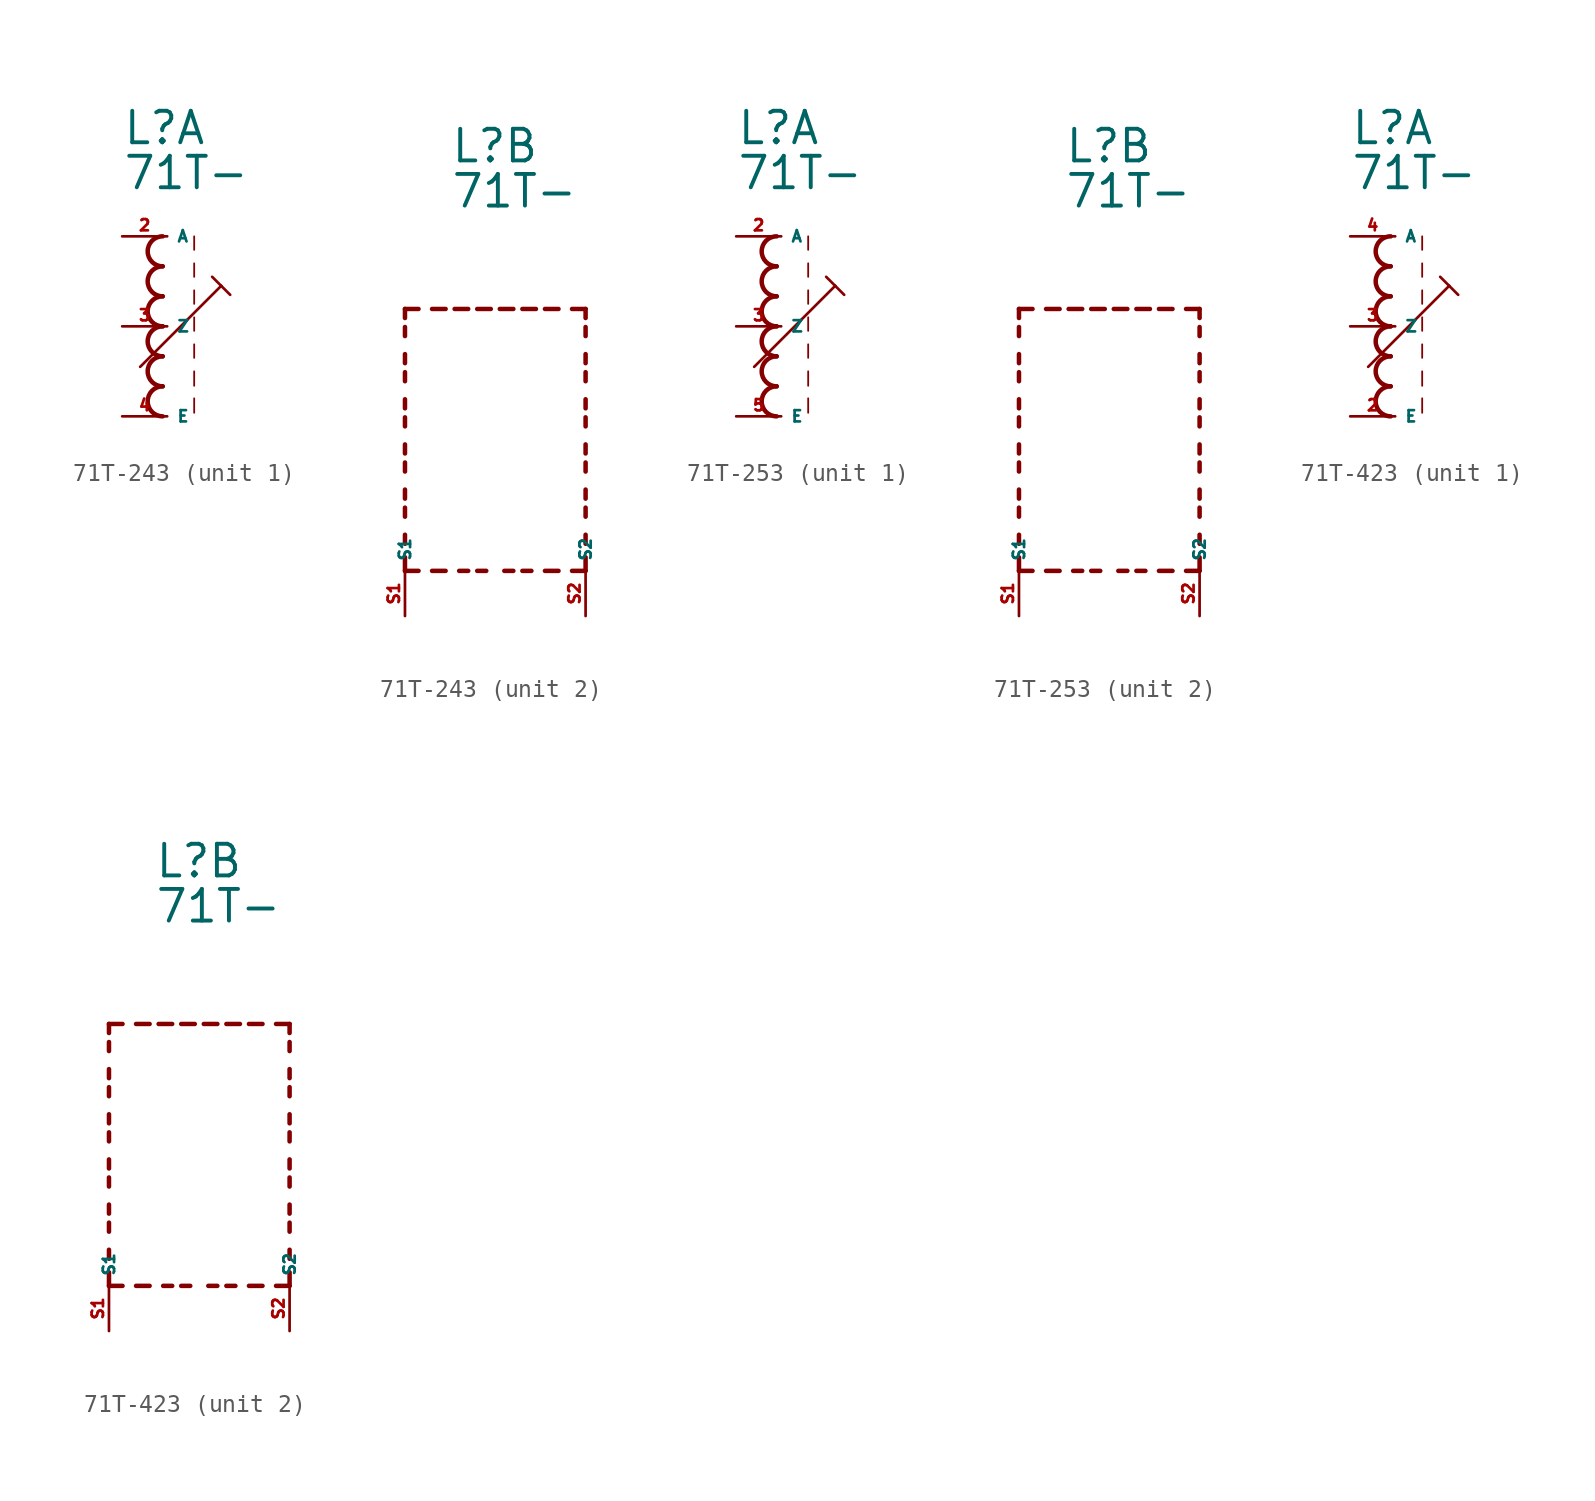
<source format=kicad_sym>
(kicad_symbol_lib
  (version 20220914)
  (generator kicad_symbol_editor)
  (symbol "71T-243"
    (property "Reference" "L"
      (at -2.54 10.16 0)
      (effects (font (size 1.778 1.778) (thickness 0.22)) (justify left bottom)))
    (property "Value" "71T-"
      (at -2.54 7.62 0)
      (effects (font (size 1.778 1.778) (thickness 0.22)) (justify left bottom)))
    (symbol "71T-243_1_0"
      (arc (start -0.254 -3.3866) (mid -1.1004 -4.2333) (end -0.254 -5.08) (stroke (width 0.254) (type default)) (fill (type none)))
      (arc (start -0.254 -1.6932) (mid -1.1004 -2.5399) (end -0.254 -3.3866) (stroke (width 0.254) (type default)) (fill (type none)))
      (arc (start -0.254 0) (mid -1.1004 -0.8467) (end -0.254 -1.6934) (stroke (width 0.254) (type default)) (fill (type none)))
      (arc (start -0.254 1.6934) (mid -1.1004 0.8467) (end -0.254 0) (stroke (width 0.254) (type default)) (fill (type none)))
      (arc (start -0.254 3.3866) (mid -1.1002 2.54) (end -0.254 1.6934) (stroke (width 0.254) (type default)) (fill (type none)))
      (arc (start -0.254 5.08) (mid -1.1004 4.2333) (end -0.254 3.3866) (stroke (width 0.254) (type default)) (fill (type none)))
      (polyline (pts (xy -1.524 -2.286) (xy 3.048 2.286)) (stroke (width 0.152) (type default)) (fill (type none)))
      (polyline (pts (xy 1.524 -4.064) (xy 1.524 -4.88)) (stroke (width 0.102) (type default)) (fill (type none)))
      (polyline (pts (xy 1.524 -2.54) (xy 1.524 -3.356)) (stroke (width 0.102) (type default)) (fill (type none)))
      (polyline (pts (xy 1.524 -1.016) (xy 1.524 -1.778)) (stroke (width 0.102) (type default)) (fill (type none)))
      (polyline (pts (xy 1.524 0.508) (xy 1.524 -0.254)) (stroke (width 0.102) (type default)) (fill (type none)))
      (polyline (pts (xy 1.524 2.032) (xy 1.524 1.27)) (stroke (width 0.102) (type default)) (fill (type none)))
      (polyline (pts (xy 1.524 3.556) (xy 1.524 2.794)) (stroke (width 0.102) (type default)) (fill (type none)))
      (polyline (pts (xy 1.524 5.08) (xy 1.524 4.318)) (stroke (width 0.102) (type default)) (fill (type none)))
      (polyline (pts (xy 2.54 2.794) (xy 3.048 2.286)) (stroke (width 0.152) (type default)) (fill (type none)))
      (polyline (pts (xy 3.048 2.286) (xy 3.556 1.778)) (stroke (width 0.152) (type default)) (fill (type none)))
      (pin passive line (at -2.54 5.08 0) (length 2.54) (name "A" (effects (font (size 0.635 0.635)))) (number "2" (effects (font (size 0.635 0.635)))))
      (pin passive line (at -2.54 0 0) (length 2.54) (name "Z" (effects (font (size 0.635 0.635)))) (number "3" (effects (font (size 0.635 0.635)))))
      (pin passive line (at -2.54 -5.08 0) (length 2.54) (name "E" (effects (font (size 0.635 0.635)))) (number "4" (effects (font (size 0.635 0.635))))))
    (symbol "71T-243_2_0"
      (polyline (pts (xy -5.08 -12.7) (xy -5.08 -11.938)) (stroke (width 0.254) (type default)) (fill (type none)))
      (polyline (pts (xy -5.08 -12.7) (xy -4.318 -12.7)) (stroke (width 0.254) (type default)) (fill (type none)))
      (polyline (pts (xy -5.08 -11.176) (xy -5.08 -10.668)) (stroke (width 0.254) (type default)) (fill (type none)))
      (polyline (pts (xy -5.08 -9.652) (xy -5.08 -9.144)) (stroke (width 0.254) (type default)) (fill (type none)))
      (polyline (pts (xy -5.08 -8.636) (xy -5.08 -8.128)) (stroke (width 0.254) (type default)) (fill (type none)))
      (polyline (pts (xy -5.08 -7.112) (xy -5.08 -6.604)) (stroke (width 0.254) (type default)) (fill (type none)))
      (polyline (pts (xy -5.08 -6.096) (xy -5.08 -5.588)) (stroke (width 0.254) (type default)) (fill (type none)))
      (polyline (pts (xy -5.08 -4.572) (xy -5.08 -4.064)) (stroke (width 0.254) (type default)) (fill (type none)))
      (polyline (pts (xy -5.08 -3.556) (xy -5.08 -3.048)) (stroke (width 0.254) (type default)) (fill (type none)))
      (polyline (pts (xy -5.08 -2.032) (xy -5.08 -1.524)) (stroke (width 0.254) (type default)) (fill (type none)))
      (polyline (pts (xy -5.08 -1.016) (xy -5.08 -0.508)) (stroke (width 0.254) (type default)) (fill (type none)))
      (polyline (pts (xy -5.08 0.508) (xy -5.08 1.016)) (stroke (width 0.254) (type default)) (fill (type none)))
      (polyline (pts (xy -5.08 1.524) (xy -5.08 2.032)) (stroke (width 0.254) (type default)) (fill (type none)))
      (polyline (pts (xy -5.08 2.032) (xy -4.318 2.032)) (stroke (width 0.254) (type default)) (fill (type none)))
      (polyline (pts (xy -3.556 -12.7) (xy -2.794 -12.7)) (stroke (width 0.254) (type default)) (fill (type none)))
      (polyline (pts (xy -3.556 2.032) (xy -2.794 2.032)) (stroke (width 0.254) (type default)) (fill (type none)))
      (polyline (pts (xy -1.524 -12.7) (xy -2.032 -12.7)) (stroke (width 0.254) (type default)) (fill (type none)))
      (polyline (pts (xy -1.524 2.032) (xy -2.286 2.032)) (stroke (width 0.254) (type default)) (fill (type none)))
      (polyline (pts (xy -1.016 2.032) (xy -0.254 2.032)) (stroke (width 0.254) (type default)) (fill (type none)))
      (polyline (pts (xy -0.508 -12.7) (xy -1.016 -12.7)) (stroke (width 0.254) (type default)) (fill (type none)))
      (polyline (pts (xy 1.016 -12.7) (xy 0.508 -12.7)) (stroke (width 0.254) (type default)) (fill (type none)))
      (polyline (pts (xy 1.016 2.032) (xy 0.254 2.032)) (stroke (width 0.254) (type default)) (fill (type none)))
      (polyline (pts (xy 1.524 2.032) (xy 2.286 2.032)) (stroke (width 0.254) (type default)) (fill (type none)))
      (polyline (pts (xy 2.032 -12.7) (xy 1.524 -12.7)) (stroke (width 0.254) (type default)) (fill (type none)))
      (polyline (pts (xy 3.556 -12.7) (xy 2.794 -12.7)) (stroke (width 0.254) (type default)) (fill (type none)))
      (polyline (pts (xy 3.556 2.032) (xy 2.794 2.032)) (stroke (width 0.254) (type default)) (fill (type none)))
      (polyline (pts (xy 5.08 -12.7) (xy 4.318 -12.7)) (stroke (width 0.254) (type default)) (fill (type none)))
      (polyline (pts (xy 5.08 -12.7) (xy 5.08 -11.938)) (stroke (width 0.254) (type default)) (fill (type none)))
      (polyline (pts (xy 5.08 -11.176) (xy 5.08 -10.668)) (stroke (width 0.254) (type default)) (fill (type none)))
      (polyline (pts (xy 5.08 -9.652) (xy 5.08 -9.144)) (stroke (width 0.254) (type default)) (fill (type none)))
      (polyline (pts (xy 5.08 -8.636) (xy 5.08 -8.128)) (stroke (width 0.254) (type default)) (fill (type none)))
      (polyline (pts (xy 5.08 -7.112) (xy 5.08 -6.604)) (stroke (width 0.254) (type default)) (fill (type none)))
      (polyline (pts (xy 5.08 -6.096) (xy 5.08 -5.588)) (stroke (width 0.254) (type default)) (fill (type none)))
      (polyline (pts (xy 5.08 -4.572) (xy 5.08 -4.064)) (stroke (width 0.254) (type default)) (fill (type none)))
      (polyline (pts (xy 5.08 -3.556) (xy 5.08 -3.048)) (stroke (width 0.254) (type default)) (fill (type none)))
      (polyline (pts (xy 5.08 -2.032) (xy 5.08 -1.524)) (stroke (width 0.254) (type default)) (fill (type none)))
      (polyline (pts (xy 5.08 -1.016) (xy 5.08 -0.508)) (stroke (width 0.254) (type default)) (fill (type none)))
      (polyline (pts (xy 5.08 0.508) (xy 5.08 1.016)) (stroke (width 0.254) (type default)) (fill (type none)))
      (polyline (pts (xy 5.08 1.524) (xy 5.08 2.032)) (stroke (width 0.254) (type default)) (fill (type none)))
      (polyline (pts (xy 5.08 2.032) (xy 4.318 2.032)) (stroke (width 0.254) (type default)) (fill (type none)))
      (pin passive line (at -5.08 -15.24 90) (length 2.54) (name "S1" (effects (font (size 0.635 0.635)))) (number "S1" (effects (font (size 0.635 0.635)))))
      (pin passive line (at 5.08 -15.24 90) (length 2.54) (name "S2" (effects (font (size 0.635 0.635)))) (number "S2" (effects (font (size 0.635 0.635)))))))
  (symbol "71T-253"
    (property "Reference" "L"
      (at -2.54 10.16 0)
      (effects (font (size 1.778 1.778) (thickness 0.22)) (justify left bottom)))
    (property "Value" "71T-"
      (at -2.54 7.62 0)
      (effects (font (size 1.778 1.778) (thickness 0.22)) (justify left bottom)))
    (symbol "71T-253_1_0"
      (arc (start -0.254 -3.3866) (mid -1.1004 -4.2333) (end -0.254 -5.08) (stroke (width 0.254) (type default)) (fill (type none)))
      (arc (start -0.254 -1.6932) (mid -1.1004 -2.5399) (end -0.254 -3.3866) (stroke (width 0.254) (type default)) (fill (type none)))
      (arc (start -0.254 0) (mid -1.1004 -0.8467) (end -0.254 -1.6934) (stroke (width 0.254) (type default)) (fill (type none)))
      (arc (start -0.254 1.6934) (mid -1.1004 0.8467) (end -0.254 0) (stroke (width 0.254) (type default)) (fill (type none)))
      (arc (start -0.254 3.3866) (mid -1.1002 2.54) (end -0.254 1.6934) (stroke (width 0.254) (type default)) (fill (type none)))
      (arc (start -0.254 5.08) (mid -1.1004 4.2333) (end -0.254 3.3866) (stroke (width 0.254) (type default)) (fill (type none)))
      (polyline (pts (xy -1.524 -2.286) (xy 3.048 2.286)) (stroke (width 0.152) (type default)) (fill (type none)))
      (polyline (pts (xy 1.524 -4.064) (xy 1.524 -4.88)) (stroke (width 0.102) (type default)) (fill (type none)))
      (polyline (pts (xy 1.524 -2.54) (xy 1.524 -3.356)) (stroke (width 0.102) (type default)) (fill (type none)))
      (polyline (pts (xy 1.524 -1.016) (xy 1.524 -1.778)) (stroke (width 0.102) (type default)) (fill (type none)))
      (polyline (pts (xy 1.524 0.508) (xy 1.524 -0.254)) (stroke (width 0.102) (type default)) (fill (type none)))
      (polyline (pts (xy 1.524 2.032) (xy 1.524 1.27)) (stroke (width 0.102) (type default)) (fill (type none)))
      (polyline (pts (xy 1.524 3.556) (xy 1.524 2.794)) (stroke (width 0.102) (type default)) (fill (type none)))
      (polyline (pts (xy 1.524 5.08) (xy 1.524 4.318)) (stroke (width 0.102) (type default)) (fill (type none)))
      (polyline (pts (xy 2.54 2.794) (xy 3.048 2.286)) (stroke (width 0.152) (type default)) (fill (type none)))
      (polyline (pts (xy 3.048 2.286) (xy 3.556 1.778)) (stroke (width 0.152) (type default)) (fill (type none)))
      (pin passive line (at -2.54 5.08 0) (length 2.54) (name "A" (effects (font (size 0.635 0.635)))) (number "2" (effects (font (size 0.635 0.635)))))
      (pin passive line (at -2.54 0 0) (length 2.54) (name "Z" (effects (font (size 0.635 0.635)))) (number "3" (effects (font (size 0.635 0.635)))))
      (pin passive line (at -2.54 -5.08 0) (length 2.54) (name "E" (effects (font (size 0.635 0.635)))) (number "5" (effects (font (size 0.635 0.635))))))
    (symbol "71T-253_2_0"
      (polyline (pts (xy -5.08 -12.7) (xy -5.08 -11.938)) (stroke (width 0.254) (type default)) (fill (type none)))
      (polyline (pts (xy -5.08 -12.7) (xy -4.318 -12.7)) (stroke (width 0.254) (type default)) (fill (type none)))
      (polyline (pts (xy -5.08 -11.176) (xy -5.08 -10.668)) (stroke (width 0.254) (type default)) (fill (type none)))
      (polyline (pts (xy -5.08 -9.652) (xy -5.08 -9.144)) (stroke (width 0.254) (type default)) (fill (type none)))
      (polyline (pts (xy -5.08 -8.636) (xy -5.08 -8.128)) (stroke (width 0.254) (type default)) (fill (type none)))
      (polyline (pts (xy -5.08 -7.112) (xy -5.08 -6.604)) (stroke (width 0.254) (type default)) (fill (type none)))
      (polyline (pts (xy -5.08 -6.096) (xy -5.08 -5.588)) (stroke (width 0.254) (type default)) (fill (type none)))
      (polyline (pts (xy -5.08 -4.572) (xy -5.08 -4.064)) (stroke (width 0.254) (type default)) (fill (type none)))
      (polyline (pts (xy -5.08 -3.556) (xy -5.08 -3.048)) (stroke (width 0.254) (type default)) (fill (type none)))
      (polyline (pts (xy -5.08 -2.032) (xy -5.08 -1.524)) (stroke (width 0.254) (type default)) (fill (type none)))
      (polyline (pts (xy -5.08 -1.016) (xy -5.08 -0.508)) (stroke (width 0.254) (type default)) (fill (type none)))
      (polyline (pts (xy -5.08 0.508) (xy -5.08 1.016)) (stroke (width 0.254) (type default)) (fill (type none)))
      (polyline (pts (xy -5.08 1.524) (xy -5.08 2.032)) (stroke (width 0.254) (type default)) (fill (type none)))
      (polyline (pts (xy -5.08 2.032) (xy -4.318 2.032)) (stroke (width 0.254) (type default)) (fill (type none)))
      (polyline (pts (xy -3.556 -12.7) (xy -2.794 -12.7)) (stroke (width 0.254) (type default)) (fill (type none)))
      (polyline (pts (xy -3.556 2.032) (xy -2.794 2.032)) (stroke (width 0.254) (type default)) (fill (type none)))
      (polyline (pts (xy -1.524 -12.7) (xy -2.032 -12.7)) (stroke (width 0.254) (type default)) (fill (type none)))
      (polyline (pts (xy -1.524 2.032) (xy -2.286 2.032)) (stroke (width 0.254) (type default)) (fill (type none)))
      (polyline (pts (xy -1.016 2.032) (xy -0.254 2.032)) (stroke (width 0.254) (type default)) (fill (type none)))
      (polyline (pts (xy -0.508 -12.7) (xy -1.016 -12.7)) (stroke (width 0.254) (type default)) (fill (type none)))
      (polyline (pts (xy 1.016 -12.7) (xy 0.508 -12.7)) (stroke (width 0.254) (type default)) (fill (type none)))
      (polyline (pts (xy 1.016 2.032) (xy 0.254 2.032)) (stroke (width 0.254) (type default)) (fill (type none)))
      (polyline (pts (xy 1.524 2.032) (xy 2.286 2.032)) (stroke (width 0.254) (type default)) (fill (type none)))
      (polyline (pts (xy 2.032 -12.7) (xy 1.524 -12.7)) (stroke (width 0.254) (type default)) (fill (type none)))
      (polyline (pts (xy 3.556 -12.7) (xy 2.794 -12.7)) (stroke (width 0.254) (type default)) (fill (type none)))
      (polyline (pts (xy 3.556 2.032) (xy 2.794 2.032)) (stroke (width 0.254) (type default)) (fill (type none)))
      (polyline (pts (xy 5.08 -12.7) (xy 4.318 -12.7)) (stroke (width 0.254) (type default)) (fill (type none)))
      (polyline (pts (xy 5.08 -12.7) (xy 5.08 -11.938)) (stroke (width 0.254) (type default)) (fill (type none)))
      (polyline (pts (xy 5.08 -11.176) (xy 5.08 -10.668)) (stroke (width 0.254) (type default)) (fill (type none)))
      (polyline (pts (xy 5.08 -9.652) (xy 5.08 -9.144)) (stroke (width 0.254) (type default)) (fill (type none)))
      (polyline (pts (xy 5.08 -8.636) (xy 5.08 -8.128)) (stroke (width 0.254) (type default)) (fill (type none)))
      (polyline (pts (xy 5.08 -7.112) (xy 5.08 -6.604)) (stroke (width 0.254) (type default)) (fill (type none)))
      (polyline (pts (xy 5.08 -6.096) (xy 5.08 -5.588)) (stroke (width 0.254) (type default)) (fill (type none)))
      (polyline (pts (xy 5.08 -4.572) (xy 5.08 -4.064)) (stroke (width 0.254) (type default)) (fill (type none)))
      (polyline (pts (xy 5.08 -3.556) (xy 5.08 -3.048)) (stroke (width 0.254) (type default)) (fill (type none)))
      (polyline (pts (xy 5.08 -2.032) (xy 5.08 -1.524)) (stroke (width 0.254) (type default)) (fill (type none)))
      (polyline (pts (xy 5.08 -1.016) (xy 5.08 -0.508)) (stroke (width 0.254) (type default)) (fill (type none)))
      (polyline (pts (xy 5.08 0.508) (xy 5.08 1.016)) (stroke (width 0.254) (type default)) (fill (type none)))
      (polyline (pts (xy 5.08 1.524) (xy 5.08 2.032)) (stroke (width 0.254) (type default)) (fill (type none)))
      (polyline (pts (xy 5.08 2.032) (xy 4.318 2.032)) (stroke (width 0.254) (type default)) (fill (type none)))
      (pin passive line (at -5.08 -15.24 90) (length 2.54) (name "S1" (effects (font (size 0.635 0.635)))) (number "S1" (effects (font (size 0.635 0.635)))))
      (pin passive line (at 5.08 -15.24 90) (length 2.54) (name "S2" (effects (font (size 0.635 0.635)))) (number "S2" (effects (font (size 0.635 0.635)))))))
  (symbol "71T-423"
    (property "Reference" "L"
      (at -2.54 10.16 0)
      (effects (font (size 1.778 1.778) (thickness 0.22)) (justify left bottom)))
    (property "Value" "71T-"
      (at -2.54 7.62 0)
      (effects (font (size 1.778 1.778) (thickness 0.22)) (justify left bottom)))
    (symbol "71T-423_1_0"
      (arc (start -0.254 -3.3866) (mid -1.1004 -4.2333) (end -0.254 -5.08) (stroke (width 0.254) (type default)) (fill (type none)))
      (arc (start -0.254 -1.6932) (mid -1.1004 -2.5399) (end -0.254 -3.3866) (stroke (width 0.254) (type default)) (fill (type none)))
      (arc (start -0.254 0) (mid -1.1004 -0.8467) (end -0.254 -1.6934) (stroke (width 0.254) (type default)) (fill (type none)))
      (arc (start -0.254 1.6934) (mid -1.1004 0.8467) (end -0.254 0) (stroke (width 0.254) (type default)) (fill (type none)))
      (arc (start -0.254 3.3866) (mid -1.1002 2.54) (end -0.254 1.6934) (stroke (width 0.254) (type default)) (fill (type none)))
      (arc (start -0.254 5.08) (mid -1.1004 4.2333) (end -0.254 3.3866) (stroke (width 0.254) (type default)) (fill (type none)))
      (polyline (pts (xy -1.524 -2.286) (xy 3.048 2.286)) (stroke (width 0.152) (type default)) (fill (type none)))
      (polyline (pts (xy 1.524 -4.064) (xy 1.524 -4.88)) (stroke (width 0.102) (type default)) (fill (type none)))
      (polyline (pts (xy 1.524 -2.54) (xy 1.524 -3.356)) (stroke (width 0.102) (type default)) (fill (type none)))
      (polyline (pts (xy 1.524 -1.016) (xy 1.524 -1.778)) (stroke (width 0.102) (type default)) (fill (type none)))
      (polyline (pts (xy 1.524 0.508) (xy 1.524 -0.254)) (stroke (width 0.102) (type default)) (fill (type none)))
      (polyline (pts (xy 1.524 2.032) (xy 1.524 1.27)) (stroke (width 0.102) (type default)) (fill (type none)))
      (polyline (pts (xy 1.524 3.556) (xy 1.524 2.794)) (stroke (width 0.102) (type default)) (fill (type none)))
      (polyline (pts (xy 1.524 5.08) (xy 1.524 4.318)) (stroke (width 0.102) (type default)) (fill (type none)))
      (polyline (pts (xy 2.54 2.794) (xy 3.048 2.286)) (stroke (width 0.152) (type default)) (fill (type none)))
      (polyline (pts (xy 3.048 2.286) (xy 3.556 1.778)) (stroke (width 0.152) (type default)) (fill (type none)))
      (pin passive line (at -2.54 -5.08 0) (length 2.54) (name "E" (effects (font (size 0.635 0.635)))) (number "2" (effects (font (size 0.635 0.635)))))
      (pin passive line (at -2.54 0 0) (length 2.54) (name "Z" (effects (font (size 0.635 0.635)))) (number "3" (effects (font (size 0.635 0.635)))))
      (pin passive line (at -2.54 5.08 0) (length 2.54) (name "A" (effects (font (size 0.635 0.635)))) (number "4" (effects (font (size 0.635 0.635))))))
    (symbol "71T-423_2_0"
      (polyline (pts (xy -5.08 -12.7) (xy -5.08 -11.938)) (stroke (width 0.254) (type default)) (fill (type none)))
      (polyline (pts (xy -5.08 -12.7) (xy -4.318 -12.7)) (stroke (width 0.254) (type default)) (fill (type none)))
      (polyline (pts (xy -5.08 -11.176) (xy -5.08 -10.668)) (stroke (width 0.254) (type default)) (fill (type none)))
      (polyline (pts (xy -5.08 -9.652) (xy -5.08 -9.144)) (stroke (width 0.254) (type default)) (fill (type none)))
      (polyline (pts (xy -5.08 -8.636) (xy -5.08 -8.128)) (stroke (width 0.254) (type default)) (fill (type none)))
      (polyline (pts (xy -5.08 -7.112) (xy -5.08 -6.604)) (stroke (width 0.254) (type default)) (fill (type none)))
      (polyline (pts (xy -5.08 -6.096) (xy -5.08 -5.588)) (stroke (width 0.254) (type default)) (fill (type none)))
      (polyline (pts (xy -5.08 -4.572) (xy -5.08 -4.064)) (stroke (width 0.254) (type default)) (fill (type none)))
      (polyline (pts (xy -5.08 -3.556) (xy -5.08 -3.048)) (stroke (width 0.254) (type default)) (fill (type none)))
      (polyline (pts (xy -5.08 -2.032) (xy -5.08 -1.524)) (stroke (width 0.254) (type default)) (fill (type none)))
      (polyline (pts (xy -5.08 -1.016) (xy -5.08 -0.508)) (stroke (width 0.254) (type default)) (fill (type none)))
      (polyline (pts (xy -5.08 0.508) (xy -5.08 1.016)) (stroke (width 0.254) (type default)) (fill (type none)))
      (polyline (pts (xy -5.08 1.524) (xy -5.08 2.032)) (stroke (width 0.254) (type default)) (fill (type none)))
      (polyline (pts (xy -5.08 2.032) (xy -4.318 2.032)) (stroke (width 0.254) (type default)) (fill (type none)))
      (polyline (pts (xy -3.556 -12.7) (xy -2.794 -12.7)) (stroke (width 0.254) (type default)) (fill (type none)))
      (polyline (pts (xy -3.556 2.032) (xy -2.794 2.032)) (stroke (width 0.254) (type default)) (fill (type none)))
      (polyline (pts (xy -1.524 -12.7) (xy -2.032 -12.7)) (stroke (width 0.254) (type default)) (fill (type none)))
      (polyline (pts (xy -1.524 2.032) (xy -2.286 2.032)) (stroke (width 0.254) (type default)) (fill (type none)))
      (polyline (pts (xy -1.016 2.032) (xy -0.254 2.032)) (stroke (width 0.254) (type default)) (fill (type none)))
      (polyline (pts (xy -0.508 -12.7) (xy -1.016 -12.7)) (stroke (width 0.254) (type default)) (fill (type none)))
      (polyline (pts (xy 1.016 -12.7) (xy 0.508 -12.7)) (stroke (width 0.254) (type default)) (fill (type none)))
      (polyline (pts (xy 1.016 2.032) (xy 0.254 2.032)) (stroke (width 0.254) (type default)) (fill (type none)))
      (polyline (pts (xy 1.524 2.032) (xy 2.286 2.032)) (stroke (width 0.254) (type default)) (fill (type none)))
      (polyline (pts (xy 2.032 -12.7) (xy 1.524 -12.7)) (stroke (width 0.254) (type default)) (fill (type none)))
      (polyline (pts (xy 3.556 -12.7) (xy 2.794 -12.7)) (stroke (width 0.254) (type default)) (fill (type none)))
      (polyline (pts (xy 3.556 2.032) (xy 2.794 2.032)) (stroke (width 0.254) (type default)) (fill (type none)))
      (polyline (pts (xy 5.08 -12.7) (xy 4.318 -12.7)) (stroke (width 0.254) (type default)) (fill (type none)))
      (polyline (pts (xy 5.08 -12.7) (xy 5.08 -11.938)) (stroke (width 0.254) (type default)) (fill (type none)))
      (polyline (pts (xy 5.08 -11.176) (xy 5.08 -10.668)) (stroke (width 0.254) (type default)) (fill (type none)))
      (polyline (pts (xy 5.08 -9.652) (xy 5.08 -9.144)) (stroke (width 0.254) (type default)) (fill (type none)))
      (polyline (pts (xy 5.08 -8.636) (xy 5.08 -8.128)) (stroke (width 0.254) (type default)) (fill (type none)))
      (polyline (pts (xy 5.08 -7.112) (xy 5.08 -6.604)) (stroke (width 0.254) (type default)) (fill (type none)))
      (polyline (pts (xy 5.08 -6.096) (xy 5.08 -5.588)) (stroke (width 0.254) (type default)) (fill (type none)))
      (polyline (pts (xy 5.08 -4.572) (xy 5.08 -4.064)) (stroke (width 0.254) (type default)) (fill (type none)))
      (polyline (pts (xy 5.08 -3.556) (xy 5.08 -3.048)) (stroke (width 0.254) (type default)) (fill (type none)))
      (polyline (pts (xy 5.08 -2.032) (xy 5.08 -1.524)) (stroke (width 0.254) (type default)) (fill (type none)))
      (polyline (pts (xy 5.08 -1.016) (xy 5.08 -0.508)) (stroke (width 0.254) (type default)) (fill (type none)))
      (polyline (pts (xy 5.08 0.508) (xy 5.08 1.016)) (stroke (width 0.254) (type default)) (fill (type none)))
      (polyline (pts (xy 5.08 1.524) (xy 5.08 2.032)) (stroke (width 0.254) (type default)) (fill (type none)))
      (polyline (pts (xy 5.08 2.032) (xy 4.318 2.032)) (stroke (width 0.254) (type default)) (fill (type none)))
      (pin passive line (at -5.08 -15.24 90) (length 2.54) (name "S1" (effects (font (size 0.635 0.635)))) (number "S1" (effects (font (size 0.635 0.635)))))
      (pin passive line (at 5.08 -15.24 90) (length 2.54) (name "S2" (effects (font (size 0.635 0.635)))) (number "S2" (effects (font (size 0.635 0.635))))))))
</source>
